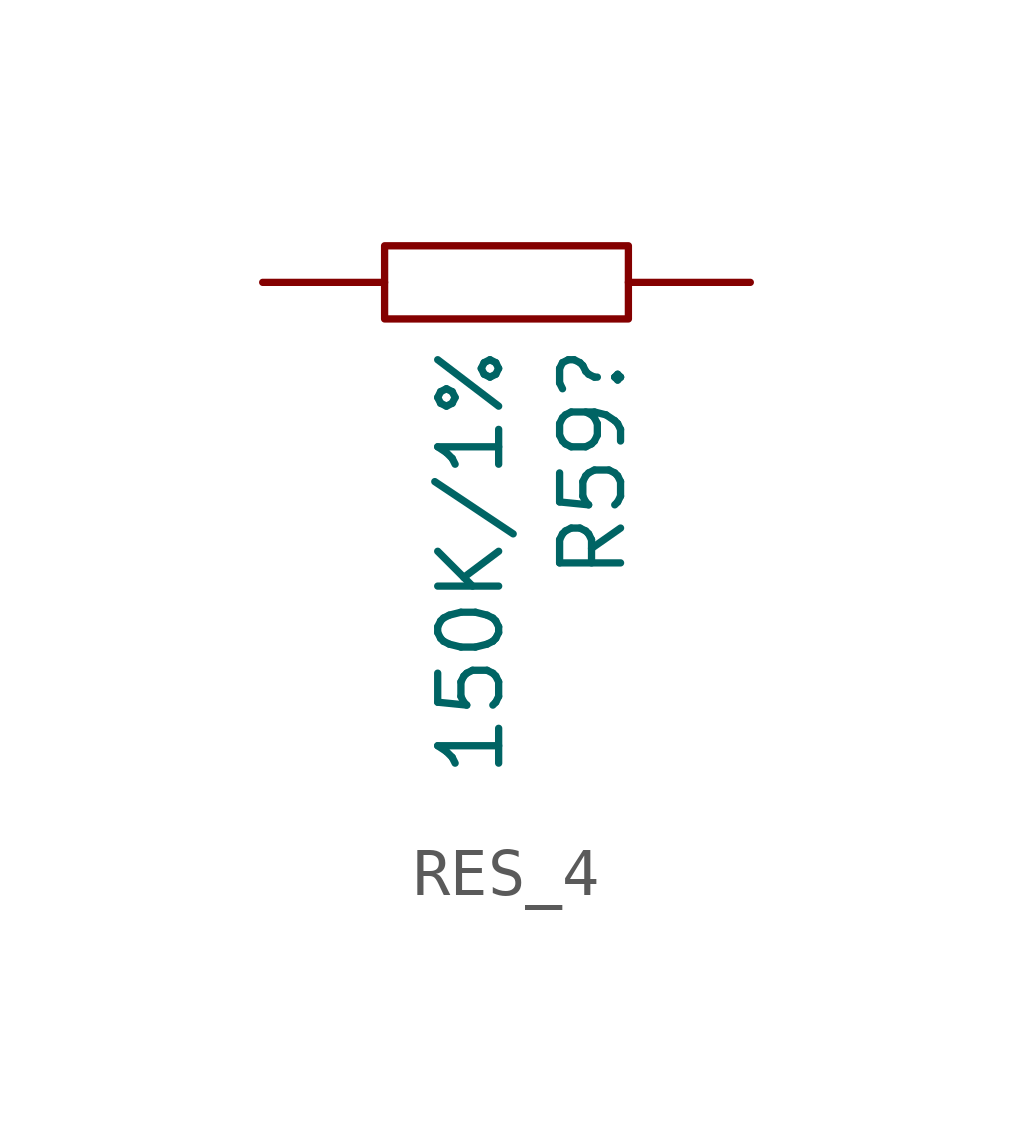
<source format=kicad_sym>
(kicad_symbol_lib
  (version 20241209)
  (generator "kicad_symbol_editor")
  (generator_version "9.0")
  (symbol "RES_4"
    (pin_numbers
      (hide yes))
    (pin_names
      (hide yes))
    (property "Reference" "R59"
      (at 5.08 -3.81 90)
      (effects (font (size 1.27 1.27)) (justify right bottom)))
    (property "Value" "150K/1%"
      (at 2.54 -3.81 90)
      (effects (font (size 1.27 1.27)) (justify right bottom)))
    (symbol "RES_4_1_0"
      (rectangle (start 0 -1.778) (end 5.08 -3.302) (stroke (width 0) (type default)) (fill (type none)))
      (pin passive line (at -2.54 -2.54 0) (length 2.54) (name "1" (effects (font (size 1.27 1.27)))) (number "1" (effects (font (size 1.27 1.27)))))
      (pin passive line (at 7.62 -2.54 180) (length 2.54) (name "2" (effects (font (size 1.27 1.27)))) (number "2" (effects (font (size 1.27 1.27))))))))
</source>
